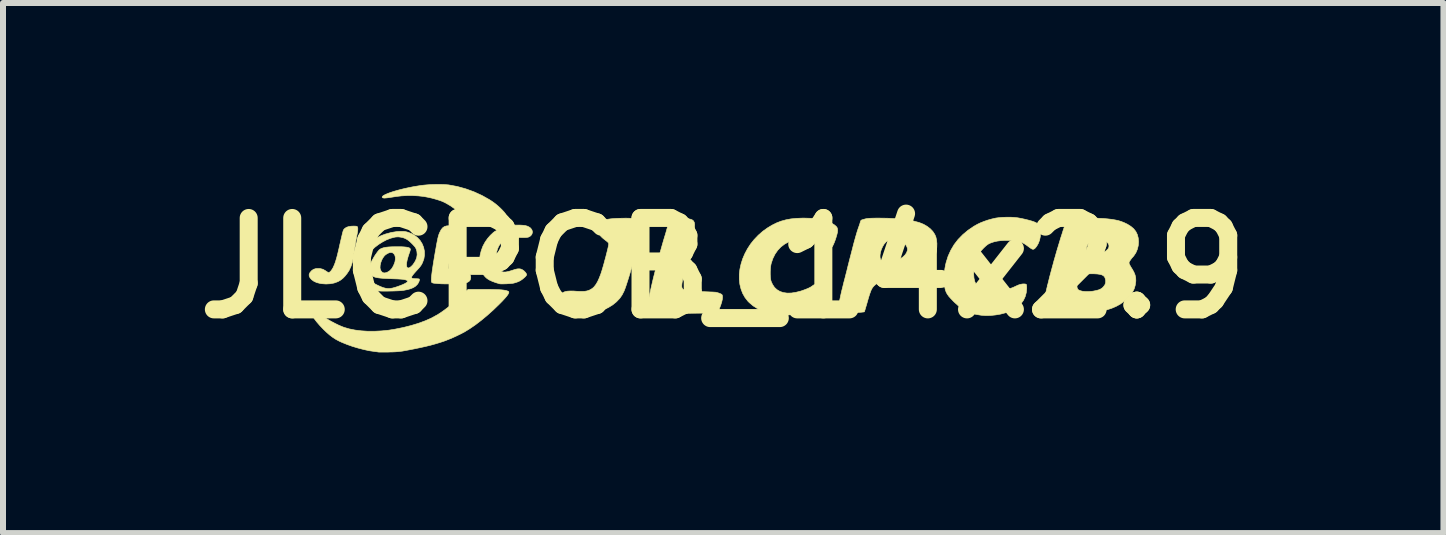
<source format=kicad_pcb>
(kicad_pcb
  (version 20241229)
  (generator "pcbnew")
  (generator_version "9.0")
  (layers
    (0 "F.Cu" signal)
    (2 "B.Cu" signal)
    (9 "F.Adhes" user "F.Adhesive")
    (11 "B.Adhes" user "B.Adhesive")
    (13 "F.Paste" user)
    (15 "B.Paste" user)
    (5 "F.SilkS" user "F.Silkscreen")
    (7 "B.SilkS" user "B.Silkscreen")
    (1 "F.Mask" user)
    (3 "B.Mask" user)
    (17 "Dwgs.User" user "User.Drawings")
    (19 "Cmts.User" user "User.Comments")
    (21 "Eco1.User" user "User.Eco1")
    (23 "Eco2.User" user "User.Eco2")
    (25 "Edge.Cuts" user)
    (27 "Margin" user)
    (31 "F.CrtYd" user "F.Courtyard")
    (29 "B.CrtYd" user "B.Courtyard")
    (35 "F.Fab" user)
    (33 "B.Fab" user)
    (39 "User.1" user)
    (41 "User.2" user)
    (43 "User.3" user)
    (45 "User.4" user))
  (footprint "JLCPCB_14x2.9"
    (layer "F.Cu")
    (at 9.006 1.418)
    (property "Reference" "JLCPCB_14x2.9" (at 0 0 0) (layer "F.SilkS") (effects (font (size 1.524 1.524) (thickness 0.3))))
    (attr through_hole)
    (fp_poly (pts (xy -6.135 -0.698) (xy -6.117 -0.697) (xy -6.106 -0.694) (xy -6.1 -0.69) (xy -6.098 -0.686) (xy -6.092 -0.666) (xy -6.092 -0.635) (xy -6.097 -0.595) (xy -6.1 -0.58) (xy -6.105 -0.554) (xy -6.112 -0.517) (xy -6.12 -0.473) (xy -6.128 -0.424) (xy -6.136 -0.373) (xy -6.145 -0.322) (xy -6.152 -0.273) (xy -6.159 -0.229) (xy -6.164 -0.194) (xy -6.164 -0.192) (xy -6.18 -0.105) (xy -6.205 -0.028) (xy -6.237 0.041) (xy -6.271 0.092) (xy -6.306 0.136) (xy -6.339 0.17) (xy -6.374 0.198) (xy -6.412 0.221) (xy -6.429 0.229) (xy -6.487 0.25) (xy -6.552 0.262) (xy -6.622 0.266) (xy -6.692 0.261) (xy -6.717 0.257) (xy -6.775 0.243) (xy -6.823 0.221) (xy -6.861 0.194) (xy -6.887 0.164) (xy -6.901 0.136) (xy -6.903 0.11) (xy -6.893 0.083) (xy -6.885 0.071) (xy -6.858 0.041) (xy -6.828 0.021) (xy -6.792 0.01) (xy -6.768 0.008) (xy -6.718 0.009) (xy -6.673 0.021) (xy -6.63 0.045) (xy -6.621 0.052) (xy -6.602 0.064) (xy -6.587 0.073) (xy -6.578 0.076) (xy -6.563 0.07) (xy -6.544 0.054) (xy -6.525 0.029) (xy -6.505 -0.003) (xy -6.5 -0.014) (xy -6.481 -0.056) (xy -6.462 -0.109) (xy -6.443 -0.173) (xy -6.424 -0.248) (xy -6.405 -0.328) (xy -6.395 -0.374) (xy -6.383 -0.426) (xy -6.371 -0.478) (xy -6.36 -0.525) (xy -6.357 -0.537) (xy -6.348 -0.575) (xy -6.341 -0.602) (xy -6.335 -0.622) (xy -6.329 -0.636) (xy -6.322 -0.646) (xy -6.315 -0.654) (xy -6.309 -0.659) (xy -6.282 -0.678) (xy -6.247 -0.69) (xy -6.205 -0.697) (xy -6.163 -0.699) (xy -6.135 -0.698)) (stroke (width 0.01) (type solid)) (fill yes) (layer "F.SilkS"))
    (fp_poly (pts (xy -4.718 -1.393) (xy -4.665 -1.392) (xy -4.618 -1.389) (xy -4.58 -1.386) (xy -4.573 -1.385) (xy -4.432 -1.359) (xy -4.292 -1.32) (xy -4.154 -1.27) (xy -4.021 -1.209) (xy -3.9 -1.141) (xy -3.852 -1.11) (xy -3.805 -1.076) (xy -3.76 -1.039) (xy -3.719 -1.002) (xy -3.681 -0.964) (xy -3.649 -0.929) (xy -3.624 -0.896) (xy -3.607 -0.867) (xy -3.599 -0.844) (xy -3.599 -0.84) (xy -3.599 -0.83) (xy -3.601 -0.821) (xy -3.606 -0.815) (xy -3.615 -0.809) (xy -3.629 -0.805) (xy -3.649 -0.802) (xy -3.676 -0.8) (xy -3.711 -0.798) (xy -3.756 -0.797) (xy -3.811 -0.797) (xy -3.878 -0.797) (xy -3.884 -0.797) (xy -3.938 -0.796) (xy -3.989 -0.796) (xy -4.036 -0.796) (xy -4.076 -0.797) (xy -4.108 -0.797) (xy -4.13 -0.797) (xy -4.141 -0.798) (xy -4.186 -0.804) (xy -4.224 -0.812) (xy -4.258 -0.823) (xy -4.291 -0.84) (xy -4.324 -0.862) (xy -4.361 -0.891) (xy -4.398 -0.923) (xy -4.472 -0.985) (xy -4.546 -1.037) (xy -4.623 -1.082) (xy -4.646 -1.094) (xy -4.688 -1.113) (xy -4.739 -1.131) (xy -4.798 -1.149) (xy -4.86 -1.166) (xy -4.924 -1.18) (xy -4.987 -1.192) (xy -5.001 -1.194) (xy -5.084 -1.203) (xy -5.175 -1.208) (xy -5.269 -1.208) (xy -5.361 -1.203) (xy -5.449 -1.193) (xy -5.48 -1.188) (xy -5.538 -1.179) (xy -5.585 -1.172) (xy -5.621 -1.168) (xy -5.648 -1.166) (xy -5.667 -1.168) (xy -5.678 -1.172) (xy -5.684 -1.178) (xy -5.685 -1.183) (xy -5.679 -1.196) (xy -5.661 -1.21) (xy -5.633 -1.225) (xy -5.596 -1.241) (xy -5.551 -1.258) (xy -5.499 -1.275) (xy -5.441 -1.292) (xy -5.378 -1.309) (xy -5.312 -1.325) (xy -5.243 -1.34) (xy -5.173 -1.354) (xy -5.102 -1.366) (xy -5.033 -1.377) (xy -4.988 -1.382) (xy -4.943 -1.386) (xy -4.89 -1.39) (xy -4.834 -1.392) (xy -4.775 -1.393) (xy -4.718 -1.393)) (stroke (width 0.01) (type solid)) (fill yes) (layer "F.SilkS"))
    (fp_poly (pts (xy -4.55 -0.703) (xy -4.53 -0.697) (xy -4.516 -0.684) (xy -4.508 -0.663) (xy -4.504 -0.632) (xy -4.503 -0.601) (xy -4.504 -0.578) (xy -4.505 -0.552) (xy -4.508 -0.522) (xy -4.511 -0.488) (xy -4.517 -0.446) (xy -4.523 -0.397) (xy -4.532 -0.339) (xy -4.542 -0.271) (xy -4.55 -0.218) (xy -4.558 -0.17) (xy -4.565 -0.125) (xy -4.57 -0.085) (xy -4.575 -0.052) (xy -4.578 -0.027) (xy -4.579 -0.013) (xy -4.579 -0.011) (xy -4.574 0.012) (xy -4.564 0.025) (xy -4.557 0.031) (xy -4.549 0.035) (xy -4.537 0.038) (xy -4.52 0.04) (xy -4.495 0.042) (xy -4.461 0.044) (xy -4.445 0.045) (xy -4.386 0.049) (xy -4.338 0.055) (xy -4.3 0.063) (xy -4.269 0.073) (xy -4.246 0.086) (xy -4.228 0.102) (xy -4.221 0.11) (xy -4.211 0.134) (xy -4.209 0.162) (xy -4.215 0.191) (xy -4.221 0.204) (xy -4.239 0.224) (xy -4.267 0.24) (xy -4.304 0.251) (xy -4.319 0.254) (xy -4.341 0.256) (xy -4.373 0.259) (xy -4.413 0.26) (xy -4.459 0.262) (xy -4.508 0.263) (xy -4.56 0.264) (xy -4.61 0.264) (xy -4.657 0.264) (xy -4.699 0.263) (xy -4.733 0.261) (xy -4.741 0.261) (xy -4.783 0.257) (xy -4.814 0.254) (xy -4.835 0.251) (xy -4.849 0.246) (xy -4.858 0.241) (xy -4.862 0.233) (xy -4.863 0.23) (xy -4.865 0.213) (xy -4.865 0.186) (xy -4.863 0.15) (xy -4.858 0.104) (xy -4.851 0.048) (xy -4.841 -0.019) (xy -4.829 -0.097) (xy -4.815 -0.181) (xy -4.802 -0.258) (xy -4.79 -0.323) (xy -4.781 -0.378) (xy -4.772 -0.424) (xy -4.764 -0.463) (xy -4.758 -0.494) (xy -4.751 -0.521) (xy -4.745 -0.543) (xy -4.739 -0.562) (xy -4.732 -0.579) (xy -4.725 -0.595) (xy -4.723 -0.599) (xy -4.701 -0.641) (xy -4.675 -0.672) (xy -4.646 -0.692) (xy -4.612 -0.702) (xy -4.578 -0.705) (xy -4.55 -0.703)) (stroke (width 0.01) (type solid)) (fill yes) (layer "F.SilkS"))
    (fp_poly (pts (xy -3.342 -0.713) (xy -3.301 -0.708) (xy -3.268 -0.699) (xy -3.24 -0.686) (xy -3.216 -0.67) (xy -3.215 -0.669) (xy -3.193 -0.643) (xy -3.182 -0.615) (xy -3.182 -0.586) (xy -3.192 -0.559) (xy -3.211 -0.536) (xy -3.239 -0.519) (xy -3.253 -0.514) (xy -3.278 -0.51) (xy -3.314 -0.508) (xy -3.357 -0.508) (xy -3.405 -0.51) (xy -3.451 -0.514) (xy -3.492 -0.517) (xy -3.525 -0.516) (xy -3.555 -0.511) (xy -3.587 -0.499) (xy -3.613 -0.487) (xy -3.657 -0.461) (xy -3.697 -0.424) (xy -3.731 -0.382) (xy -3.745 -0.359) (xy -3.763 -0.315) (xy -3.777 -0.265) (xy -3.787 -0.211) (xy -3.791 -0.157) (xy -3.789 -0.108) (xy -3.783 -0.076) (xy -3.768 -0.027) (xy -3.749 0.012) (xy -3.726 0.04) (xy -3.698 0.058) (xy -3.664 0.067) (xy -3.623 0.066) (xy -3.573 0.056) (xy -3.521 0.04) (xy -3.473 0.024) (xy -3.435 0.015) (xy -3.402 0.013) (xy -3.374 0.017) (xy -3.349 0.028) (xy -3.323 0.046) (xy -3.318 0.051) (xy -3.296 0.073) (xy -3.282 0.095) (xy -3.277 0.111) (xy -3.282 0.123) (xy -3.296 0.141) (xy -3.316 0.16) (xy -3.341 0.181) (xy -3.367 0.2) (xy -3.393 0.216) (xy -3.4 0.219) (xy -3.429 0.232) (xy -3.462 0.243) (xy -3.49 0.251) (xy -3.511 0.255) (xy -3.541 0.258) (xy -3.575 0.26) (xy -3.611 0.263) (xy -3.647 0.264) (xy -3.68 0.265) (xy -3.706 0.265) (xy -3.723 0.263) (xy -3.725 0.263) (xy -3.793 0.243) (xy -3.85 0.222) (xy -3.898 0.2) (xy -3.937 0.175) (xy -3.967 0.148) (xy -4.004 0.103) (xy -4.031 0.05) (xy -4.05 -0.009) (xy -4.06 -0.074) (xy -4.061 -0.143) (xy -4.053 -0.213) (xy -4.035 -0.286) (xy -4.009 -0.357) (xy -4.002 -0.372) (xy -3.969 -0.433) (xy -3.928 -0.492) (xy -3.882 -0.545) (xy -3.834 -0.59) (xy -3.809 -0.609) (xy -3.738 -0.65) (xy -3.66 -0.681) (xy -3.575 -0.703) (xy -3.484 -0.715) (xy -3.394 -0.716) (xy -3.342 -0.713)) (stroke (width 0.01) (type solid)) (fill yes) (layer "F.SilkS"))
    (fp_poly (pts (xy -0.65 -0.831) (xy -0.599 -0.825) (xy -0.554 -0.816) (xy -0.519 -0.804) (xy -0.515 -0.801) (xy -0.494 -0.784) (xy -0.481 -0.756) (xy -0.477 -0.725) (xy -0.478 -0.695) (xy -0.483 -0.654) (xy -0.492 -0.601) (xy -0.504 -0.539) (xy -0.52 -0.468) (xy -0.539 -0.387) (xy -0.56 -0.299) (xy -0.585 -0.204) (xy -0.587 -0.194) (xy -0.605 -0.127) (xy -0.621 -0.059) (xy -0.637 0.007) (xy -0.651 0.071) (xy -0.664 0.129) (xy -0.675 0.181) (xy -0.682 0.224) (xy -0.687 0.252) (xy -0.69 0.281) (xy -0.691 0.305) (xy -0.688 0.326) (xy -0.681 0.342) (xy -0.669 0.356) (xy -0.65 0.367) (xy -0.625 0.375) (xy -0.591 0.381) (xy -0.548 0.386) (xy -0.496 0.389) (xy -0.432 0.392) (xy -0.359 0.394) (xy -0.307 0.395) (xy -0.259 0.397) (xy -0.215 0.399) (xy -0.178 0.4) (xy -0.149 0.402) (xy -0.131 0.403) (xy -0.124 0.404) (xy -0.098 0.41) (xy -0.072 0.418) (xy -0.047 0.428) (xy -0.029 0.437) (xy -0.021 0.443) (xy -0.013 0.462) (xy -0.012 0.491) (xy -0.016 0.527) (xy -0.026 0.569) (xy -0.041 0.616) (xy -0.06 0.666) (xy -0.074 0.697) (xy -0.098 0.747) (xy -0.355 0.752) (xy -0.45 0.753) (xy -0.535 0.754) (xy -0.612 0.755) (xy -0.682 0.755) (xy -0.747 0.754) (xy -0.809 0.754) (xy -0.871 0.752) (xy -0.934 0.75) (xy -0.981 0.749) (xy -1.057 0.745) (xy -1.12 0.74) (xy -1.17 0.734) (xy -1.209 0.727) (xy -1.235 0.718) (xy -1.245 0.713) (xy -1.255 0.7) (xy -1.261 0.681) (xy -1.263 0.654) (xy -1.26 0.617) (xy -1.255 0.583) (xy -1.243 0.517) (xy -1.227 0.441) (xy -1.208 0.356) (xy -1.187 0.264) (xy -1.164 0.166) (xy -1.138 0.064) (xy -1.111 -0.041) (xy -1.084 -0.146) (xy -1.055 -0.25) (xy -1.026 -0.352) (xy -0.998 -0.45) (xy -0.97 -0.543) (xy -0.968 -0.549) (xy -0.957 -0.586) (xy -0.945 -0.628) (xy -0.933 -0.671) (xy -0.927 -0.697) (xy -0.919 -0.726) (xy -0.911 -0.751) (xy -0.905 -0.768) (xy -0.901 -0.775) (xy -0.901 -0.775) (xy -0.893 -0.779) (xy -0.881 -0.79) (xy -0.874 -0.796) (xy -0.858 -0.81) (xy -0.837 -0.82) (xy -0.808 -0.827) (xy -0.772 -0.831) (xy -0.725 -0.833) (xy -0.707 -0.833) (xy -0.65 -0.831)) (stroke (width 0.01) (type solid)) (fill yes) (layer "F.SilkS"))
    (fp_poly (pts (xy -3.929 0.356) (xy -3.855 0.357) (xy -3.793 0.359) (xy -3.74 0.361) (xy -3.696 0.364) (xy -3.66 0.368) (xy -3.63 0.373) (xy -3.607 0.379) (xy -3.605 0.38) (xy -3.586 0.387) (xy -3.577 0.393) (xy -3.574 0.402) (xy -3.574 0.407) (xy -3.579 0.423) (xy -3.591 0.444) (xy -3.611 0.471) (xy -3.639 0.504) (xy -3.675 0.543) (xy -3.72 0.589) (xy -3.731 0.6) (xy -3.833 0.699) (xy -3.935 0.79) (xy -4.035 0.873) (xy -4.133 0.948) (xy -4.228 1.013) (xy -4.318 1.068) (xy -4.382 1.101) (xy -4.452 1.135) (xy -4.52 1.166) (xy -4.587 1.193) (xy -4.654 1.219) (xy -4.724 1.242) (xy -4.797 1.264) (xy -4.876 1.286) (xy -4.962 1.307) (xy -5.057 1.328) (xy -5.162 1.35) (xy -5.189 1.355) (xy -5.251 1.367) (xy -5.304 1.377) (xy -5.349 1.385) (xy -5.39 1.39) (xy -5.429 1.394) (xy -5.468 1.397) (xy -5.512 1.399) (xy -5.562 1.4) (xy -5.583 1.401) (xy -5.626 1.401) (xy -5.666 1.401) (xy -5.7 1.401) (xy -5.727 1.401) (xy -5.744 1.401) (xy -5.748 1.4) (xy -5.762 1.398) (xy -5.784 1.395) (xy -5.81 1.392) (xy -5.821 1.39) (xy -5.904 1.378) (xy -5.994 1.358) (xy -6.087 1.334) (xy -6.181 1.306) (xy -6.271 1.274) (xy -6.355 1.24) (xy -6.399 1.22) (xy -6.454 1.191) (xy -6.507 1.157) (xy -6.56 1.117) (xy -6.615 1.069) (xy -6.663 1.023) (xy -6.724 0.959) (xy -6.775 0.9) (xy -6.817 0.845) (xy -6.848 0.794) (xy -6.868 0.75) (xy -6.877 0.71) (xy -6.878 0.707) (xy -6.878 0.687) (xy -6.876 0.676) (xy -6.87 0.669) (xy -6.866 0.667) (xy -6.848 0.663) (xy -6.828 0.665) (xy -6.809 0.672) (xy -6.795 0.684) (xy -6.79 0.696) (xy -6.786 0.705) (xy -6.775 0.719) (xy -6.763 0.732) (xy -6.732 0.76) (xy -6.692 0.791) (xy -6.644 0.824) (xy -6.59 0.858) (xy -6.532 0.891) (xy -6.473 0.922) (xy -6.414 0.951) (xy -6.358 0.975) (xy -6.319 0.99) (xy -6.233 1.015) (xy -6.138 1.034) (xy -6.034 1.047) (xy -5.925 1.054) (xy -5.81 1.054) (xy -5.693 1.048) (xy -5.574 1.036) (xy -5.47 1.019) (xy -5.331 0.991) (xy -5.201 0.958) (xy -5.079 0.921) (xy -4.968 0.88) (xy -4.866 0.835) (xy -4.777 0.786) (xy -4.77 0.783) (xy -4.706 0.742) (xy -4.644 0.698) (xy -4.581 0.65) (xy -4.516 0.597) (xy -4.446 0.535) (xy -4.381 0.475) (xy -4.352 0.448) (xy -4.325 0.422) (xy -4.301 0.4) (xy -4.283 0.383) (xy -4.273 0.374) (xy -4.252 0.356) (xy -4.014 0.356) (xy -3.929 0.356)) (stroke (width 0.01) (type solid)) (fill yes) (layer "F.SilkS"))
    (fp_poly (pts (xy -1.574 -0.83) (xy -1.528 -0.828) (xy -1.49 -0.826) (xy -1.461 -0.822) (xy -1.445 -0.819) (xy -1.426 -0.809) (xy -1.405 -0.794) (xy -1.392 -0.781) (xy -1.364 -0.753) (xy -1.368 -0.687) (xy -1.371 -0.656) (xy -1.374 -0.625) (xy -1.379 -0.591) (xy -1.386 -0.554) (xy -1.395 -0.511) (xy -1.406 -0.462) (xy -1.421 -0.403) (xy -1.436 -0.341) (xy -1.459 -0.252) (xy -1.483 -0.162) (xy -1.507 -0.074) (xy -1.532 0.011) (xy -1.556 0.093) (xy -1.579 0.168) (xy -1.601 0.237) (xy -1.621 0.298) (xy -1.639 0.349) (xy -1.655 0.389) (xy -1.656 0.39) (xy -1.686 0.449) (xy -1.724 0.504) (xy -1.773 0.556) (xy -1.778 0.561) (xy -1.841 0.613) (xy -1.912 0.657) (xy -1.993 0.695) (xy -2.084 0.727) (xy -2.185 0.754) (xy -2.214 0.76) (xy -2.241 0.764) (xy -2.27 0.767) (xy -2.302 0.769) (xy -2.342 0.771) (xy -2.385 0.772) (xy -2.427 0.772) (xy -2.468 0.772) (xy -2.504 0.771) (xy -2.534 0.77) (xy -2.553 0.768) (xy -2.553 0.768) (xy -2.597 0.761) (xy -2.638 0.753) (xy -2.673 0.744) (xy -2.699 0.736) (xy -2.712 0.729) (xy -2.729 0.716) (xy -2.74 0.699) (xy -2.747 0.677) (xy -2.748 0.647) (xy -2.745 0.607) (xy -2.745 0.6) (xy -2.737 0.543) (xy -2.727 0.496) (xy -2.713 0.458) (xy -2.694 0.429) (xy -2.67 0.408) (xy -2.638 0.394) (xy -2.599 0.386) (xy -2.549 0.383) (xy -2.49 0.384) (xy -2.451 0.387) (xy -2.393 0.39) (xy -2.345 0.39) (xy -2.306 0.388) (xy -2.272 0.382) (xy -2.242 0.373) (xy -2.218 0.362) (xy -2.183 0.341) (xy -2.151 0.312) (xy -2.122 0.274) (xy -2.094 0.227) (xy -2.068 0.17) (xy -2.041 0.101) (xy -2.033 0.076) (xy -2.023 0.046) (xy -2.012 0.009) (xy -1.999 -0.035) (xy -1.986 -0.082) (xy -1.973 -0.131) (xy -1.959 -0.181) (xy -1.947 -0.23) (xy -1.935 -0.276) (xy -1.925 -0.317) (xy -1.917 -0.352) (xy -1.912 -0.378) (xy -1.909 -0.394) (xy -1.909 -0.396) (xy -1.909 -0.407) (xy -1.912 -0.416) (xy -1.918 -0.425) (xy -1.93 -0.436) (xy -1.949 -0.452) (xy -1.969 -0.467) (xy -2.003 -0.494) (xy -2.027 -0.516) (xy -2.044 -0.534) (xy -2.055 -0.551) (xy -2.061 -0.569) (xy -2.063 -0.583) (xy -2.062 -0.614) (xy -2.056 -0.649) (xy -2.045 -0.687) (xy -2.031 -0.723) (xy -2.015 -0.755) (xy -1.998 -0.779) (xy -1.988 -0.789) (xy -1.972 -0.797) (xy -1.951 -0.806) (xy -1.937 -0.81) (xy -1.911 -0.815) (xy -1.875 -0.82) (xy -1.831 -0.824) (xy -1.782 -0.827) (xy -1.73 -0.829) (xy -1.677 -0.83) (xy -1.624 -0.831) (xy -1.574 -0.83)) (stroke (width 0.01) (type solid)) (fill yes) (layer "F.SilkS"))
    (fp_poly (pts (xy 1.46 -0.829) (xy 1.56 -0.82) (xy 1.649 -0.804) (xy 1.727 -0.783) (xy 1.795 -0.755) (xy 1.851 -0.721) (xy 1.881 -0.696) (xy 1.896 -0.678) (xy 1.904 -0.656) (xy 1.907 -0.629) (xy 1.904 -0.595) (xy 1.894 -0.554) (xy 1.879 -0.503) (xy 1.87 -0.475) (xy 1.852 -0.427) (xy 1.836 -0.39) (xy 1.822 -0.363) (xy 1.807 -0.344) (xy 1.8 -0.337) (xy 1.792 -0.331) (xy 1.784 -0.326) (xy 1.775 -0.324) (xy 1.765 -0.324) (xy 1.751 -0.328) (xy 1.732 -0.335) (xy 1.708 -0.346) (xy 1.676 -0.362) (xy 1.636 -0.382) (xy 1.587 -0.408) (xy 1.575 -0.414) (xy 1.515 -0.442) (xy 1.458 -0.461) (xy 1.401 -0.473) (xy 1.338 -0.478) (xy 1.305 -0.478) (xy 1.262 -0.478) (xy 1.228 -0.475) (xy 1.198 -0.471) (xy 1.173 -0.465) (xy 1.095 -0.438) (xy 1.025 -0.4) (xy 0.963 -0.353) (xy 0.909 -0.297) (xy 0.864 -0.232) (xy 0.827 -0.158) (xy 0.8 -0.077) (xy 0.796 -0.06) (xy 0.79 -0.025) (xy 0.786 0.016) (xy 0.784 0.061) (xy 0.784 0.107) (xy 0.786 0.149) (xy 0.79 0.186) (xy 0.796 0.214) (xy 0.796 0.216) (xy 0.822 0.274) (xy 0.855 0.323) (xy 0.896 0.361) (xy 0.945 0.39) (xy 1.001 0.409) (xy 1.065 0.418) (xy 1.135 0.417) (xy 1.211 0.405) (xy 1.295 0.384) (xy 1.309 0.379) (xy 1.368 0.358) (xy 1.417 0.338) (xy 1.455 0.319) (xy 1.482 0.301) (xy 1.484 0.299) (xy 1.511 0.281) (xy 1.544 0.271) (xy 1.585 0.267) (xy 1.59 0.267) (xy 1.625 0.27) (xy 1.652 0.278) (xy 1.669 0.291) (xy 1.674 0.301) (xy 1.674 0.317) (xy 1.67 0.342) (xy 1.662 0.373) (xy 1.651 0.41) (xy 1.639 0.449) (xy 1.624 0.487) (xy 1.61 0.523) (xy 1.595 0.555) (xy 1.587 0.569) (xy 1.569 0.597) (xy 1.546 0.623) (xy 1.518 0.646) (xy 1.484 0.667) (xy 1.443 0.687) (xy 1.392 0.706) (xy 1.333 0.726) (xy 1.262 0.746) (xy 1.223 0.756) (xy 1.152 0.772) (xy 1.09 0.783) (xy 1.033 0.789) (xy 0.979 0.79) (xy 0.935 0.787) (xy 0.836 0.773) (xy 0.742 0.749) (xy 0.653 0.717) (xy 0.571 0.677) (xy 0.498 0.63) (xy 0.434 0.576) (xy 0.412 0.554) (xy 0.363 0.491) (xy 0.324 0.422) (xy 0.296 0.348) (xy 0.277 0.27) (xy 0.268 0.189) (xy 0.268 0.105) (xy 0.278 0.019) (xy 0.297 -0.067) (xy 0.324 -0.153) (xy 0.36 -0.237) (xy 0.404 -0.32) (xy 0.456 -0.4) (xy 0.516 -0.475) (xy 0.584 -0.546) (xy 0.659 -0.612) (xy 0.74 -0.67) (xy 0.815 -0.715) (xy 0.889 -0.752) (xy 0.964 -0.781) (xy 1.043 -0.803) (xy 1.128 -0.819) (xy 1.22 -0.828) (xy 1.321 -0.832) (xy 1.35 -0.832) (xy 1.46 -0.829)) (stroke (width 0.01) (type solid)) (fill yes) (layer "F.SilkS"))
    (fp_poly (pts (xy 4.795 -0.847) (xy 4.857 -0.843) (xy 4.911 -0.837) (xy 4.916 -0.836) (xy 4.975 -0.825) (xy 5.034 -0.812) (xy 5.09 -0.798) (xy 5.14 -0.784) (xy 5.182 -0.77) (xy 5.214 -0.756) (xy 5.216 -0.755) (xy 5.246 -0.733) (xy 5.268 -0.7) (xy 5.283 -0.658) (xy 5.29 -0.606) (xy 5.291 -0.582) (xy 5.286 -0.524) (xy 5.274 -0.467) (xy 5.254 -0.413) (xy 5.228 -0.367) (xy 5.207 -0.339) (xy 5.191 -0.323) (xy 5.177 -0.315) (xy 5.163 -0.312) (xy 5.147 -0.317) (xy 5.125 -0.33) (xy 5.097 -0.35) (xy 5.084 -0.36) (xy 5.057 -0.38) (xy 5.03 -0.398) (xy 5.007 -0.412) (xy 4.992 -0.42) (xy 4.946 -0.436) (xy 4.891 -0.448) (xy 4.829 -0.457) (xy 4.762 -0.461) (xy 4.695 -0.461) (xy 4.629 -0.457) (xy 4.568 -0.449) (xy 4.518 -0.438) (xy 4.474 -0.424) (xy 4.438 -0.41) (xy 4.407 -0.392) (xy 4.377 -0.368) (xy 4.344 -0.337) (xy 4.341 -0.334) (xy 4.308 -0.299) (xy 4.282 -0.267) (xy 4.261 -0.234) (xy 4.243 -0.196) (xy 4.225 -0.15) (xy 4.221 -0.137) (xy 4.195 -0.051) (xy 4.18 0.028) (xy 4.175 0.101) (xy 4.18 0.168) (xy 4.194 0.227) (xy 4.219 0.279) (xy 4.253 0.324) (xy 4.267 0.337) (xy 4.29 0.355) (xy 4.314 0.369) (xy 4.34 0.379) (xy 4.371 0.386) (xy 4.411 0.39) (xy 4.447 0.392) (xy 4.548 0.391) (xy 4.645 0.38) (xy 4.736 0.359) (xy 4.821 0.328) (xy 4.838 0.321) (xy 4.868 0.307) (xy 4.898 0.293) (xy 4.924 0.282) (xy 4.935 0.278) (xy 4.961 0.271) (xy 4.988 0.266) (xy 5.015 0.265) (xy 5.037 0.267) (xy 5.051 0.272) (xy 5.051 0.272) (xy 5.056 0.284) (xy 5.058 0.307) (xy 5.059 0.339) (xy 5.052 0.409) (xy 5.034 0.476) (xy 5.005 0.538) (xy 4.965 0.593) (xy 4.916 0.642) (xy 4.9 0.654) (xy 4.844 0.69) (xy 4.777 0.721) (xy 4.703 0.747) (xy 4.623 0.768) (xy 4.54 0.782) (xy 4.456 0.791) (xy 4.372 0.792) (xy 4.301 0.787) (xy 4.214 0.773) (xy 4.134 0.751) (xy 4.06 0.72) (xy 3.989 0.681) (xy 3.92 0.63) (xy 3.851 0.568) (xy 3.836 0.553) (xy 3.794 0.509) (xy 3.76 0.471) (xy 3.735 0.436) (xy 3.716 0.401) (xy 3.703 0.365) (xy 3.694 0.326) (xy 3.689 0.279) (xy 3.686 0.224) (xy 3.686 0.218) (xy 3.685 0.142) (xy 3.688 0.073) (xy 3.695 0.01) (xy 3.706 -0.052) (xy 3.716 -0.093) (xy 3.749 -0.198) (xy 3.794 -0.297) (xy 3.849 -0.39) (xy 3.916 -0.477) (xy 3.993 -0.556) (xy 4.08 -0.629) (xy 4.177 -0.695) (xy 4.237 -0.729) (xy 4.287 -0.753) (xy 4.347 -0.777) (xy 4.411 -0.799) (xy 4.475 -0.817) (xy 4.536 -0.831) (xy 4.545 -0.833) (xy 4.599 -0.84) (xy 4.662 -0.845) (xy 4.728 -0.847) (xy 4.795 -0.847)) (stroke (width 0.01) (type solid)) (fill yes) (layer "F.SilkS"))
    (fp_poly (pts (xy 2.737 -0.83) (xy 2.862 -0.824) (xy 2.976 -0.815) (xy 3.079 -0.801) (xy 3.171 -0.784) (xy 3.253 -0.762) (xy 3.273 -0.756) (xy 3.34 -0.729) (xy 3.399 -0.695) (xy 3.451 -0.655) (xy 3.494 -0.61) (xy 3.526 -0.561) (xy 3.544 -0.521) (xy 3.556 -0.468) (xy 3.562 -0.408) (xy 3.56 -0.344) (xy 3.553 -0.279) (xy 3.539 -0.217) (xy 3.52 -0.16) (xy 3.501 -0.121) (xy 3.455 -0.053) (xy 3.398 0.009) (xy 3.33 0.065) (xy 3.253 0.113) (xy 3.168 0.153) (xy 3.11 0.175) (xy 3.068 0.188) (xy 3.03 0.198) (xy 2.993 0.206) (xy 2.953 0.212) (xy 2.908 0.217) (xy 2.856 0.221) (xy 2.82 0.223) (xy 2.747 0.227) (xy 2.685 0.233) (xy 2.634 0.24) (xy 2.596 0.247) (xy 2.569 0.256) (xy 2.565 0.258) (xy 2.538 0.276) (xy 2.51 0.301) (xy 2.488 0.328) (xy 2.486 0.331) (xy 2.475 0.351) (xy 2.463 0.375) (xy 2.452 0.405) (xy 2.439 0.441) (xy 2.425 0.486) (xy 2.409 0.541) (xy 2.398 0.58) (xy 2.386 0.621) (xy 2.375 0.658) (xy 2.366 0.689) (xy 2.359 0.712) (xy 2.355 0.726) (xy 2.353 0.729) (xy 2.345 0.732) (xy 2.326 0.734) (xy 2.299 0.737) (xy 2.266 0.739) (xy 2.229 0.742) (xy 2.189 0.744) (xy 2.15 0.745) (xy 2.114 0.747) (xy 2.082 0.747) (xy 2.057 0.747) (xy 2.04 0.746) (xy 2.039 0.746) (xy 2 0.738) (xy 1.971 0.731) (xy 1.951 0.723) (xy 1.941 0.717) (xy 1.931 0.708) (xy 1.926 0.696) (xy 1.925 0.679) (xy 1.925 0.667) (xy 1.927 0.632) (xy 1.933 0.586) (xy 1.943 0.529) (xy 1.957 0.461) (xy 1.975 0.382) (xy 1.998 0.291) (xy 1.998 0.289) (xy 2.011 0.237) (xy 2.027 0.177) (xy 2.044 0.11) (xy 2.062 0.04) (xy 2.079 -0.03) (xy 2.096 -0.097) (xy 2.106 -0.137) (xy 2.117 -0.179) (xy 2.614 -0.179) (xy 2.621 -0.146) (xy 2.635 -0.121) (xy 2.647 -0.111) (xy 2.676 -0.099) (xy 2.713 -0.093) (xy 2.759 -0.095) (xy 2.811 -0.102) (xy 2.836 -0.108) (xy 2.895 -0.127) (xy 2.947 -0.152) (xy 2.992 -0.181) (xy 3.028 -0.215) (xy 3.054 -0.251) (xy 3.069 -0.289) (xy 3.071 -0.297) (xy 3.072 -0.317) (xy 3.068 -0.336) (xy 3.06 -0.358) (xy 3.034 -0.399) (xy 2.999 -0.432) (xy 2.956 -0.456) (xy 2.904 -0.471) (xy 2.845 -0.476) (xy 2.839 -0.476) (xy 2.79 -0.472) (xy 2.748 -0.457) (xy 2.712 -0.433) (xy 2.681 -0.397) (xy 2.657 -0.357) (xy 2.635 -0.308) (xy 2.621 -0.261) (xy 2.614 -0.218) (xy 2.614 -0.179) (xy 2.117 -0.179) (xy 2.131 -0.233) (xy 2.153 -0.318) (xy 2.172 -0.393) (xy 2.19 -0.459) (xy 2.206 -0.516) (xy 2.22 -0.565) (xy 2.233 -0.608) (xy 2.245 -0.645) (xy 2.255 -0.674) (xy 2.266 -0.705) (xy 2.276 -0.734) (xy 2.283 -0.758) (xy 2.287 -0.772) (xy 2.292 -0.786) (xy 2.298 -0.795) (xy 2.31 -0.802) (xy 2.33 -0.808) (xy 2.354 -0.815) (xy 2.377 -0.821) (xy 2.401 -0.825) (xy 2.429 -0.828) (xy 2.461 -0.83) (xy 2.501 -0.831) (xy 2.55 -0.832) (xy 2.6 -0.832) (xy 2.737 -0.83)) (stroke (width 0.01) (type solid)) (fill yes) (layer "F.SilkS"))
    (fp_poly (pts (xy 6.155 -0.832) (xy 6.211 -0.831) (xy 6.263 -0.829) (xy 6.308 -0.827) (xy 6.333 -0.826) (xy 6.411 -0.819) (xy 6.478 -0.811) (xy 6.537 -0.801) (xy 6.589 -0.79) (xy 6.636 -0.775) (xy 6.682 -0.757) (xy 6.726 -0.736) (xy 6.735 -0.732) (xy 6.794 -0.695) (xy 6.842 -0.655) (xy 6.878 -0.609) (xy 6.903 -0.558) (xy 6.918 -0.501) (xy 6.923 -0.437) (xy 6.923 -0.435) (xy 6.918 -0.371) (xy 6.902 -0.309) (xy 6.878 -0.253) (xy 6.845 -0.204) (xy 6.833 -0.189) (xy 6.811 -0.165) (xy 6.792 -0.139) (xy 6.776 -0.116) (xy 6.767 -0.097) (xy 6.764 -0.088) (xy 6.766 -0.077) (xy 6.771 -0.063) (xy 6.781 -0.044) (xy 6.796 -0.017) (xy 6.818 0.018) (xy 6.819 0.019) (xy 6.847 0.07) (xy 6.866 0.117) (xy 6.876 0.164) (xy 6.878 0.213) (xy 6.877 0.225) (xy 6.868 0.288) (xy 6.85 0.348) (xy 6.822 0.404) (xy 6.782 0.458) (xy 6.735 0.509) (xy 6.677 0.559) (xy 6.616 0.603) (xy 6.548 0.64) (xy 6.475 0.671) (xy 6.394 0.697) (xy 6.304 0.717) (xy 6.204 0.732) (xy 6.094 0.743) (xy 6.068 0.744) (xy 6.031 0.746) (xy 5.987 0.747) (xy 5.936 0.747) (xy 5.88 0.748) (xy 5.821 0.748) (xy 5.761 0.749) (xy 5.701 0.748) (xy 5.642 0.748) (xy 5.587 0.748) (xy 5.537 0.747) (xy 5.494 0.746) (xy 5.46 0.745) (xy 5.435 0.744) (xy 5.426 0.743) (xy 5.387 0.735) (xy 5.359 0.722) (xy 5.342 0.705) (xy 5.341 0.704) (xy 5.336 0.686) (xy 5.336 0.657) (xy 5.339 0.617) (xy 5.347 0.566) (xy 5.358 0.503) (xy 5.373 0.429) (xy 5.393 0.344) (xy 5.405 0.293) (xy 5.896 0.293) (xy 5.899 0.327) (xy 5.91 0.352) (xy 5.923 0.365) (xy 5.953 0.378) (xy 5.992 0.388) (xy 6.039 0.392) (xy 6.092 0.392) (xy 6.148 0.388) (xy 6.174 0.384) (xy 6.223 0.374) (xy 6.262 0.363) (xy 6.293 0.349) (xy 6.318 0.332) (xy 6.333 0.318) (xy 6.36 0.284) (xy 6.374 0.247) (xy 6.376 0.207) (xy 6.365 0.165) (xy 6.354 0.144) (xy 6.336 0.127) (xy 6.311 0.114) (xy 6.278 0.105) (xy 6.236 0.099) (xy 6.183 0.096) (xy 6.12 0.096) (xy 6.115 0.096) (xy 6.074 0.098) (xy 6.044 0.099) (xy 6.022 0.101) (xy 6.005 0.104) (xy 5.991 0.109) (xy 5.983 0.112) (xy 5.955 0.129) (xy 5.935 0.153) (xy 5.918 0.187) (xy 5.913 0.202) (xy 5.901 0.251) (xy 5.896 0.293) (xy 5.405 0.293) (xy 5.417 0.246) (xy 5.444 0.137) (xy 5.473 0.029) (xy 5.494 -0.048) (xy 5.515 -0.126) (xy 5.538 -0.205) (xy 5.56 -0.283) (xy 5.573 -0.325) (xy 6.055 -0.325) (xy 6.061 -0.293) (xy 6.077 -0.266) (xy 6.102 -0.245) (xy 6.136 -0.231) (xy 6.177 -0.225) (xy 6.222 -0.227) (xy 6.27 -0.236) (xy 6.276 -0.238) (xy 6.322 -0.254) (xy 6.36 -0.273) (xy 6.384 -0.289) (xy 6.411 -0.315) (xy 6.427 -0.341) (xy 6.431 -0.368) (xy 6.426 -0.394) (xy 6.41 -0.418) (xy 6.386 -0.44) (xy 6.354 -0.457) (xy 6.315 -0.471) (xy 6.269 -0.478) (xy 6.237 -0.479) (xy 6.198 -0.478) (xy 6.167 -0.471) (xy 6.14 -0.457) (xy 6.113 -0.435) (xy 6.103 -0.425) (xy 6.077 -0.393) (xy 6.061 -0.359) (xy 6.055 -0.325) (xy 5.573 -0.325) (xy 5.583 -0.359) (xy 5.605 -0.432) (xy 5.626 -0.502) (xy 5.647 -0.566) (xy 5.665 -0.624) (xy 5.682 -0.674) (xy 5.697 -0.716) (xy 5.71 -0.748) (xy 5.719 -0.769) (xy 5.72 -0.771) (xy 5.73 -0.787) (xy 5.741 -0.799) (xy 5.755 -0.807) (xy 5.775 -0.814) (xy 5.804 -0.819) (xy 5.828 -0.823) (xy 5.853 -0.826) (xy 5.889 -0.828) (xy 5.934 -0.83) (xy 5.985 -0.831) (xy 6.04 -0.832) (xy 6.097 -0.832) (xy 6.155 -0.832)) (stroke (width 0.01) (type solid)) (fill yes) (layer "F.SilkS"))
    (fp_poly (pts (xy -5.338 -0.611) (xy -5.311 -0.609) (xy -5.288 -0.605) (xy -5.265 -0.599) (xy -5.249 -0.594) (xy -5.193 -0.572) (xy -5.145 -0.545) (xy -5.102 -0.511) (xy -5.097 -0.507) (xy -5.052 -0.458) (xy -5.018 -0.403) (xy -4.994 -0.343) (xy -4.981 -0.28) (xy -4.98 -0.216) (xy -4.99 -0.152) (xy -5.012 -0.093) (xy -5.022 -0.071) (xy -5.032 -0.053) (xy -5.045 -0.034) (xy -5.061 -0.013) (xy -5.083 0.012) (xy -5.112 0.044) (xy -5.114 0.046) (xy -5.148 0.084) (xy -5.173 0.114) (xy -5.189 0.137) (xy -5.195 0.153) (xy -5.193 0.165) (xy -5.182 0.172) (xy -5.161 0.176) (xy -5.132 0.178) (xy -5.12 0.178) (xy -5.095 0.179) (xy -5.076 0.181) (xy -5.066 0.184) (xy -5.065 0.185) (xy -5.064 0.197) (xy -5.068 0.216) (xy -5.078 0.239) (xy -5.091 0.262) (xy -5.103 0.277) (xy -5.131 0.304) (xy -5.166 0.326) (xy -5.209 0.344) (xy -5.261 0.359) (xy -5.324 0.371) (xy -5.332 0.372) (xy -5.362 0.376) (xy -5.403 0.379) (xy -5.451 0.381) (xy -5.503 0.383) (xy -5.558 0.384) (xy -5.612 0.385) (xy -5.663 0.385) (xy -5.708 0.384) (xy -5.744 0.382) (xy -5.758 0.381) (xy -5.807 0.374) (xy -5.856 0.364) (xy -5.901 0.352) (xy -5.939 0.339) (xy -5.968 0.326) (xy -5.971 0.324) (xy -6.016 0.288) (xy -6.055 0.242) (xy -6.086 0.19) (xy -6.108 0.132) (xy -6.111 0.121) (xy -6.116 0.089) (xy -6.118 0.05) (xy -6.119 0.007) (xy -6.119 0.005) (xy -5.996 0.005) (xy -5.993 0.034) (xy -5.984 0.069) (xy -5.971 0.103) (xy -5.959 0.127) (xy -5.92 0.177) (xy -5.871 0.222) (xy -5.811 0.262) (xy -5.77 0.283) (xy -5.716 0.308) (xy -5.67 0.326) (xy -5.629 0.337) (xy -5.591 0.342) (xy -5.553 0.341) (xy -5.513 0.334) (xy -5.468 0.322) (xy -5.444 0.314) (xy -5.39 0.295) (xy -5.344 0.277) (xy -5.308 0.26) (xy -5.282 0.245) (xy -5.268 0.234) (xy -5.261 0.225) (xy -5.263 0.217) (xy -5.268 0.21) (xy -5.277 0.203) (xy -5.292 0.198) (xy -5.313 0.193) (xy -5.341 0.188) (xy -5.378 0.185) (xy -5.425 0.182) (xy -5.483 0.18) (xy -5.535 0.178) (xy -5.605 0.175) (xy -5.664 0.172) (xy -5.713 0.168) (xy -5.753 0.163) (xy -5.786 0.157) (xy -5.813 0.149) (xy -5.836 0.139) (xy -5.856 0.126) (xy -5.869 0.116) (xy -5.891 0.091) (xy -5.904 0.06) (xy -5.907 0.022) (xy -5.902 -0.006) (xy -5.721 -0.006) (xy -5.717 0.02) (xy -5.703 0.05) (xy -5.684 0.071) (xy -5.66 0.081) (xy -5.649 0.082) (xy -5.627 0.079) (xy -5.603 0.072) (xy -5.599 0.07) (xy -5.559 0.045) (xy -5.525 0.009) (xy -5.497 -0.038) (xy -5.475 -0.094) (xy -5.471 -0.109) (xy -5.465 -0.15) (xy -5.467 -0.186) (xy -5.476 -0.217) (xy -5.493 -0.241) (xy -5.516 -0.256) (xy -5.542 -0.26) (xy -5.564 -0.256) (xy -5.591 -0.245) (xy -5.618 -0.229) (xy -5.642 -0.21) (xy -5.65 -0.201) (xy -5.675 -0.167) (xy -5.695 -0.128) (xy -5.71 -0.086) (xy -5.719 -0.044) (xy -5.721 -0.006) (xy -5.902 -0.006) (xy -5.899 -0.021) (xy -5.882 -0.071) (xy -5.854 -0.127) (xy -5.817 -0.191) (xy -5.801 -0.216) (xy -5.782 -0.243) (xy -5.764 -0.268) (xy -5.748 -0.288) (xy -5.738 -0.3) (xy -5.718 -0.316) (xy -5.693 -0.328) (xy -5.662 -0.338) (xy -5.624 -0.346) (xy -5.578 -0.351) (xy -5.522 -0.354) (xy -5.455 -0.355) (xy -5.434 -0.355) (xy -5.371 -0.355) (xy -5.32 -0.352) (xy -5.28 -0.348) (xy -5.251 -0.342) (xy -5.23 -0.334) (xy -5.219 -0.324) (xy -5.215 -0.312) (xy -5.215 -0.311) (xy -5.217 -0.3) (xy -5.222 -0.28) (xy -5.23 -0.257) (xy -5.233 -0.25) (xy -5.253 -0.19) (xy -5.268 -0.136) (xy -5.277 -0.09) (xy -5.28 -0.052) (xy -5.276 -0.024) (xy -5.272 -0.014) (xy -5.26 -0.002) (xy -5.243 -0.001) (xy -5.222 -0.01) (xy -5.199 -0.028) (xy -5.174 -0.054) (xy -5.166 -0.064) (xy -5.132 -0.117) (xy -5.11 -0.17) (xy -5.102 -0.222) (xy -5.106 -0.273) (xy -5.113 -0.303) (xy -5.121 -0.322) (xy -5.129 -0.338) (xy -5.139 -0.353) (xy -5.155 -0.371) (xy -5.176 -0.394) (xy -5.189 -0.407) (xy -5.229 -0.445) (xy -5.266 -0.473) (xy -5.302 -0.493) (xy -5.339 -0.507) (xy -5.38 -0.515) (xy -5.409 -0.519) (xy -5.434 -0.519) (xy -5.461 -0.517) (xy -5.483 -0.513) (xy -5.546 -0.496) (xy -5.613 -0.47) (xy -5.679 -0.435) (xy -5.744 -0.394) (xy -5.806 -0.347) (xy -5.861 -0.296) (xy -5.909 -0.244) (xy -5.947 -0.19) (xy -5.961 -0.166) (xy -5.969 -0.145) (xy -5.977 -0.116) (xy -5.984 -0.083) (xy -5.991 -0.048) (xy -5.995 -0.016) (xy -5.996 0.005) (xy -6.119 0.005) (xy -6.117 -0.037) (xy -6.112 -0.076) (xy -6.108 -0.098) (xy -6.081 -0.181) (xy -6.044 -0.258) (xy -5.995 -0.329) (xy -5.936 -0.392) (xy -5.867 -0.449) (xy -5.786 -0.499) (xy -5.696 -0.542) (xy -5.631 -0.566) (xy -5.533 -0.593) (xy -5.438 -0.608) (xy -5.373 -0.611) (xy -5.338 -0.611)) (stroke (width 0.01) (type solid)) (fill yes) (layer "F.SilkS")))
  (gr_rect
    (start -3 -3)
    (end 21.012 5.836)
    (stroke (width 0.1) (type default))
    (fill no)
    (layer "Edge.Cuts")))
</source>
